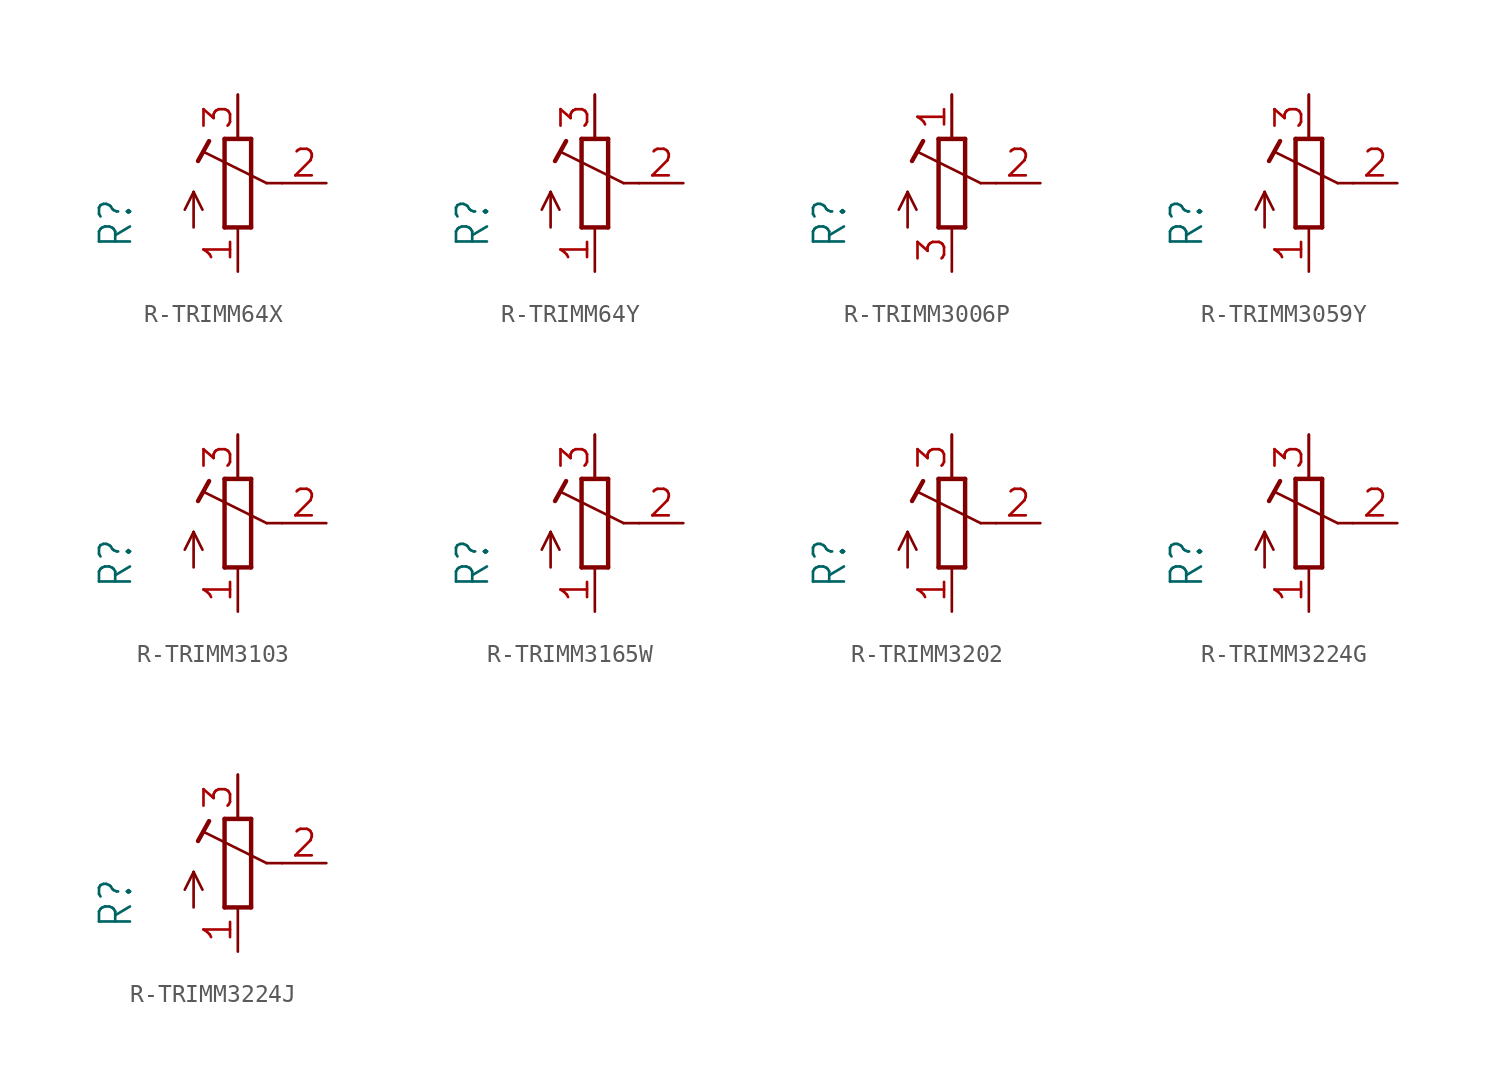
<source format=kicad_sym>
(kicad_symbol_lib
  (version 20241209)
  (generator "kicad_symbol_editor")
  (generator_version "9.0")
  (symbol "R-TRIMM64X"
    (property "Reference" "R"
      (at -5.969 -3.81 90)
      (effects (font (size 1.778 1.511)) (justify left bottom)))
    (property "Value" ""
      (at -3.81 -3.81 90)
      (effects (font (size 1.778 1.511)) (justify left bottom)))
    (property "ki_locked" ""
      (at 0 0 0)
      (effects (font (size 1.27 1.27))))
    (symbol "R-TRIMM64X_1_0"
      (polyline (pts (xy -2.54 -0.508) (xy -3.048 -1.524)) (stroke (width 0.152) (type solid)) (fill (type none)))
      (polyline (pts (xy -2.54 -0.508) (xy -2.032 -1.524)) (stroke (width 0.152) (type solid)) (fill (type none)))
      (polyline (pts (xy -2.54 -2.54) (xy -2.54 -0.508)) (stroke (width 0.152) (type solid)) (fill (type none)))
      (polyline (pts (xy -2.286 1.27) (xy -1.651 2.413)) (stroke (width 0.254) (type solid)) (fill (type none)))
      (polyline (pts (xy -0.762 2.54) (xy -0.762 -2.54)) (stroke (width 0.254) (type solid)) (fill (type none)))
      (polyline (pts (xy -0.762 -2.54) (xy 0.762 -2.54)) (stroke (width 0.254) (type solid)) (fill (type none)))
      (polyline (pts (xy 0 2.54) (xy -0.762 2.54)) (stroke (width 0.254) (type solid)) (fill (type none)))
      (polyline (pts (xy 0 2.54) (xy 0 5.08)) (stroke (width 0.152) (type solid)) (fill (type none)))
      (polyline (pts (xy 0.762 2.54) (xy 0 2.54)) (stroke (width 0.254) (type solid)) (fill (type none)))
      (polyline (pts (xy 0.762 -2.54) (xy 0.762 2.54)) (stroke (width 0.254) (type solid)) (fill (type none)))
      (polyline (pts (xy 1.651 0) (xy -1.88 1.753)) (stroke (width 0.152) (type solid)) (fill (type none)))
      (polyline (pts (xy 2.54 0) (xy 1.651 0)) (stroke (width 0.152) (type solid)) (fill (type none)))
      (pin passive line (at 0 5.08 270) (length 2.54) (name "A" (effects (font (size 0 0)))) (number "3" (effects (font (size 1.524 1.524)))))
      (pin passive line (at 0 -5.08 90) (length 2.54) (name "E" (effects (font (size 0 0)))) (number "1" (effects (font (size 1.524 1.524)))))
      (pin passive line (at 5.08 0 180) (length 2.54) (name "S" (effects (font (size 0 0)))) (number "2" (effects (font (size 1.524 1.524)))))))
  (symbol "R-TRIMM64Y"
    (property "Reference" "R"
      (at -5.969 -3.81 90)
      (effects (font (size 1.778 1.511)) (justify left bottom)))
    (property "Value" ""
      (at -3.81 -3.81 90)
      (effects (font (size 1.778 1.511)) (justify left bottom)))
    (property "ki_locked" ""
      (at 0 0 0)
      (effects (font (size 1.27 1.27))))
    (symbol "R-TRIMM64Y_1_0"
      (polyline (pts (xy -2.54 -0.508) (xy -3.048 -1.524)) (stroke (width 0.152) (type solid)) (fill (type none)))
      (polyline (pts (xy -2.54 -0.508) (xy -2.032 -1.524)) (stroke (width 0.152) (type solid)) (fill (type none)))
      (polyline (pts (xy -2.54 -2.54) (xy -2.54 -0.508)) (stroke (width 0.152) (type solid)) (fill (type none)))
      (polyline (pts (xy -2.286 1.27) (xy -1.651 2.413)) (stroke (width 0.254) (type solid)) (fill (type none)))
      (polyline (pts (xy -0.762 2.54) (xy -0.762 -2.54)) (stroke (width 0.254) (type solid)) (fill (type none)))
      (polyline (pts (xy -0.762 -2.54) (xy 0.762 -2.54)) (stroke (width 0.254) (type solid)) (fill (type none)))
      (polyline (pts (xy 0 2.54) (xy -0.762 2.54)) (stroke (width 0.254) (type solid)) (fill (type none)))
      (polyline (pts (xy 0 2.54) (xy 0 5.08)) (stroke (width 0.152) (type solid)) (fill (type none)))
      (polyline (pts (xy 0.762 2.54) (xy 0 2.54)) (stroke (width 0.254) (type solid)) (fill (type none)))
      (polyline (pts (xy 0.762 -2.54) (xy 0.762 2.54)) (stroke (width 0.254) (type solid)) (fill (type none)))
      (polyline (pts (xy 1.651 0) (xy -1.88 1.753)) (stroke (width 0.152) (type solid)) (fill (type none)))
      (polyline (pts (xy 2.54 0) (xy 1.651 0)) (stroke (width 0.152) (type solid)) (fill (type none)))
      (pin passive line (at 0 5.08 270) (length 2.54) (name "A" (effects (font (size 0 0)))) (number "3" (effects (font (size 1.524 1.524)))))
      (pin passive line (at 0 -5.08 90) (length 2.54) (name "E" (effects (font (size 0 0)))) (number "1" (effects (font (size 1.524 1.524)))))
      (pin passive line (at 5.08 0 180) (length 2.54) (name "S" (effects (font (size 0 0)))) (number "2" (effects (font (size 1.524 1.524)))))))
  (symbol "R-TRIMM3006P"
    (property "Reference" "R"
      (at -5.969 -3.81 90)
      (effects (font (size 1.778 1.511)) (justify left bottom)))
    (property "Value" ""
      (at -3.81 -3.81 90)
      (effects (font (size 1.778 1.511)) (justify left bottom)))
    (property "ki_locked" ""
      (at 0 0 0)
      (effects (font (size 1.27 1.27))))
    (symbol "R-TRIMM3006P_1_0"
      (polyline (pts (xy -2.54 -0.508) (xy -3.048 -1.524)) (stroke (width 0.152) (type solid)) (fill (type none)))
      (polyline (pts (xy -2.54 -0.508) (xy -2.032 -1.524)) (stroke (width 0.152) (type solid)) (fill (type none)))
      (polyline (pts (xy -2.54 -2.54) (xy -2.54 -0.508)) (stroke (width 0.152) (type solid)) (fill (type none)))
      (polyline (pts (xy -2.286 1.27) (xy -1.651 2.413)) (stroke (width 0.254) (type solid)) (fill (type none)))
      (polyline (pts (xy -0.762 2.54) (xy -0.762 -2.54)) (stroke (width 0.254) (type solid)) (fill (type none)))
      (polyline (pts (xy -0.762 -2.54) (xy 0.762 -2.54)) (stroke (width 0.254) (type solid)) (fill (type none)))
      (polyline (pts (xy 0 2.54) (xy -0.762 2.54)) (stroke (width 0.254) (type solid)) (fill (type none)))
      (polyline (pts (xy 0 2.54) (xy 0 5.08)) (stroke (width 0.152) (type solid)) (fill (type none)))
      (polyline (pts (xy 0.762 2.54) (xy 0 2.54)) (stroke (width 0.254) (type solid)) (fill (type none)))
      (polyline (pts (xy 0.762 -2.54) (xy 0.762 2.54)) (stroke (width 0.254) (type solid)) (fill (type none)))
      (polyline (pts (xy 1.651 0) (xy -1.88 1.753)) (stroke (width 0.152) (type solid)) (fill (type none)))
      (polyline (pts (xy 2.54 0) (xy 1.651 0)) (stroke (width 0.152) (type solid)) (fill (type none)))
      (pin passive line (at 0 5.08 270) (length 2.54) (name "A" (effects (font (size 0 0)))) (number "1" (effects (font (size 1.524 1.524)))))
      (pin passive line (at 0 -5.08 90) (length 2.54) (name "E" (effects (font (size 0 0)))) (number "3" (effects (font (size 1.524 1.524)))))
      (pin passive line (at 5.08 0 180) (length 2.54) (name "S" (effects (font (size 0 0)))) (number "2" (effects (font (size 1.524 1.524)))))))
  (symbol "R-TRIMM3059Y"
    (property "Reference" "R"
      (at -5.969 -3.81 90)
      (effects (font (size 1.778 1.511)) (justify left bottom)))
    (property "Value" ""
      (at -3.81 -3.81 90)
      (effects (font (size 1.778 1.511)) (justify left bottom)))
    (property "ki_locked" ""
      (at 0 0 0)
      (effects (font (size 1.27 1.27))))
    (symbol "R-TRIMM3059Y_1_0"
      (polyline (pts (xy -2.54 -0.508) (xy -3.048 -1.524)) (stroke (width 0.152) (type solid)) (fill (type none)))
      (polyline (pts (xy -2.54 -0.508) (xy -2.032 -1.524)) (stroke (width 0.152) (type solid)) (fill (type none)))
      (polyline (pts (xy -2.54 -2.54) (xy -2.54 -0.508)) (stroke (width 0.152) (type solid)) (fill (type none)))
      (polyline (pts (xy -2.286 1.27) (xy -1.651 2.413)) (stroke (width 0.254) (type solid)) (fill (type none)))
      (polyline (pts (xy -0.762 2.54) (xy -0.762 -2.54)) (stroke (width 0.254) (type solid)) (fill (type none)))
      (polyline (pts (xy -0.762 -2.54) (xy 0.762 -2.54)) (stroke (width 0.254) (type solid)) (fill (type none)))
      (polyline (pts (xy 0 2.54) (xy -0.762 2.54)) (stroke (width 0.254) (type solid)) (fill (type none)))
      (polyline (pts (xy 0 2.54) (xy 0 5.08)) (stroke (width 0.152) (type solid)) (fill (type none)))
      (polyline (pts (xy 0.762 2.54) (xy 0 2.54)) (stroke (width 0.254) (type solid)) (fill (type none)))
      (polyline (pts (xy 0.762 -2.54) (xy 0.762 2.54)) (stroke (width 0.254) (type solid)) (fill (type none)))
      (polyline (pts (xy 1.651 0) (xy -1.88 1.753)) (stroke (width 0.152) (type solid)) (fill (type none)))
      (polyline (pts (xy 2.54 0) (xy 1.651 0)) (stroke (width 0.152) (type solid)) (fill (type none)))
      (pin passive line (at 0 5.08 270) (length 2.54) (name "A" (effects (font (size 0 0)))) (number "3" (effects (font (size 1.524 1.524)))))
      (pin passive line (at 0 -5.08 90) (length 2.54) (name "E" (effects (font (size 0 0)))) (number "1" (effects (font (size 1.524 1.524)))))
      (pin passive line (at 5.08 0 180) (length 2.54) (name "S" (effects (font (size 0 0)))) (number "2" (effects (font (size 1.524 1.524)))))))
  (symbol "R-TRIMM3103"
    (property "Reference" "R"
      (at -5.969 -3.81 90)
      (effects (font (size 1.778 1.511)) (justify left bottom)))
    (property "Value" ""
      (at -3.81 -3.81 90)
      (effects (font (size 1.778 1.511)) (justify left bottom)))
    (property "ki_locked" ""
      (at 0 0 0)
      (effects (font (size 1.27 1.27))))
    (symbol "R-TRIMM3103_1_0"
      (polyline (pts (xy -2.54 -0.508) (xy -3.048 -1.524)) (stroke (width 0.152) (type solid)) (fill (type none)))
      (polyline (pts (xy -2.54 -0.508) (xy -2.032 -1.524)) (stroke (width 0.152) (type solid)) (fill (type none)))
      (polyline (pts (xy -2.54 -2.54) (xy -2.54 -0.508)) (stroke (width 0.152) (type solid)) (fill (type none)))
      (polyline (pts (xy -2.286 1.27) (xy -1.651 2.413)) (stroke (width 0.254) (type solid)) (fill (type none)))
      (polyline (pts (xy -0.762 2.54) (xy -0.762 -2.54)) (stroke (width 0.254) (type solid)) (fill (type none)))
      (polyline (pts (xy -0.762 -2.54) (xy 0.762 -2.54)) (stroke (width 0.254) (type solid)) (fill (type none)))
      (polyline (pts (xy 0 2.54) (xy -0.762 2.54)) (stroke (width 0.254) (type solid)) (fill (type none)))
      (polyline (pts (xy 0 2.54) (xy 0 5.08)) (stroke (width 0.152) (type solid)) (fill (type none)))
      (polyline (pts (xy 0.762 2.54) (xy 0 2.54)) (stroke (width 0.254) (type solid)) (fill (type none)))
      (polyline (pts (xy 0.762 -2.54) (xy 0.762 2.54)) (stroke (width 0.254) (type solid)) (fill (type none)))
      (polyline (pts (xy 1.651 0) (xy -1.88 1.753)) (stroke (width 0.152) (type solid)) (fill (type none)))
      (polyline (pts (xy 2.54 0) (xy 1.651 0)) (stroke (width 0.152) (type solid)) (fill (type none)))
      (pin passive line (at 0 5.08 270) (length 2.54) (name "A" (effects (font (size 0 0)))) (number "3" (effects (font (size 1.524 1.524)))))
      (pin passive line (at 0 -5.08 90) (length 2.54) (name "E" (effects (font (size 0 0)))) (number "1" (effects (font (size 1.524 1.524)))))
      (pin passive line (at 5.08 0 180) (length 2.54) (name "S" (effects (font (size 0 0)))) (number "2" (effects (font (size 1.524 1.524)))))))
  (symbol "R-TRIMM3165W"
    (property "Reference" "R"
      (at -5.969 -3.81 90)
      (effects (font (size 1.778 1.511)) (justify left bottom)))
    (property "Value" ""
      (at -3.81 -3.81 90)
      (effects (font (size 1.778 1.511)) (justify left bottom)))
    (property "ki_locked" ""
      (at 0 0 0)
      (effects (font (size 1.27 1.27))))
    (symbol "R-TRIMM3165W_1_0"
      (polyline (pts (xy -2.54 -0.508) (xy -3.048 -1.524)) (stroke (width 0.152) (type solid)) (fill (type none)))
      (polyline (pts (xy -2.54 -0.508) (xy -2.032 -1.524)) (stroke (width 0.152) (type solid)) (fill (type none)))
      (polyline (pts (xy -2.54 -2.54) (xy -2.54 -0.508)) (stroke (width 0.152) (type solid)) (fill (type none)))
      (polyline (pts (xy -2.286 1.27) (xy -1.651 2.413)) (stroke (width 0.254) (type solid)) (fill (type none)))
      (polyline (pts (xy -0.762 2.54) (xy -0.762 -2.54)) (stroke (width 0.254) (type solid)) (fill (type none)))
      (polyline (pts (xy -0.762 -2.54) (xy 0.762 -2.54)) (stroke (width 0.254) (type solid)) (fill (type none)))
      (polyline (pts (xy 0 2.54) (xy -0.762 2.54)) (stroke (width 0.254) (type solid)) (fill (type none)))
      (polyline (pts (xy 0 2.54) (xy 0 5.08)) (stroke (width 0.152) (type solid)) (fill (type none)))
      (polyline (pts (xy 0.762 2.54) (xy 0 2.54)) (stroke (width 0.254) (type solid)) (fill (type none)))
      (polyline (pts (xy 0.762 -2.54) (xy 0.762 2.54)) (stroke (width 0.254) (type solid)) (fill (type none)))
      (polyline (pts (xy 1.651 0) (xy -1.88 1.753)) (stroke (width 0.152) (type solid)) (fill (type none)))
      (polyline (pts (xy 2.54 0) (xy 1.651 0)) (stroke (width 0.152) (type solid)) (fill (type none)))
      (pin passive line (at 0 5.08 270) (length 2.54) (name "A" (effects (font (size 0 0)))) (number "3" (effects (font (size 1.524 1.524)))))
      (pin passive line (at 0 -5.08 90) (length 2.54) (name "E" (effects (font (size 0 0)))) (number "1" (effects (font (size 1.524 1.524)))))
      (pin passive line (at 5.08 0 180) (length 2.54) (name "S" (effects (font (size 0 0)))) (number "2" (effects (font (size 1.524 1.524)))))))
  (symbol "R-TRIMM3202"
    (property "Reference" "R"
      (at -5.969 -3.81 90)
      (effects (font (size 1.778 1.511)) (justify left bottom)))
    (property "Value" ""
      (at -3.81 -3.81 90)
      (effects (font (size 1.778 1.511)) (justify left bottom)))
    (property "ki_locked" ""
      (at 0 0 0)
      (effects (font (size 1.27 1.27))))
    (symbol "R-TRIMM3202_1_0"
      (polyline (pts (xy -2.54 -0.508) (xy -3.048 -1.524)) (stroke (width 0.152) (type solid)) (fill (type none)))
      (polyline (pts (xy -2.54 -0.508) (xy -2.032 -1.524)) (stroke (width 0.152) (type solid)) (fill (type none)))
      (polyline (pts (xy -2.54 -2.54) (xy -2.54 -0.508)) (stroke (width 0.152) (type solid)) (fill (type none)))
      (polyline (pts (xy -2.286 1.27) (xy -1.651 2.413)) (stroke (width 0.254) (type solid)) (fill (type none)))
      (polyline (pts (xy -0.762 2.54) (xy -0.762 -2.54)) (stroke (width 0.254) (type solid)) (fill (type none)))
      (polyline (pts (xy -0.762 -2.54) (xy 0.762 -2.54)) (stroke (width 0.254) (type solid)) (fill (type none)))
      (polyline (pts (xy 0 2.54) (xy -0.762 2.54)) (stroke (width 0.254) (type solid)) (fill (type none)))
      (polyline (pts (xy 0 2.54) (xy 0 5.08)) (stroke (width 0.152) (type solid)) (fill (type none)))
      (polyline (pts (xy 0.762 2.54) (xy 0 2.54)) (stroke (width 0.254) (type solid)) (fill (type none)))
      (polyline (pts (xy 0.762 -2.54) (xy 0.762 2.54)) (stroke (width 0.254) (type solid)) (fill (type none)))
      (polyline (pts (xy 1.651 0) (xy -1.88 1.753)) (stroke (width 0.152) (type solid)) (fill (type none)))
      (polyline (pts (xy 2.54 0) (xy 1.651 0)) (stroke (width 0.152) (type solid)) (fill (type none)))
      (pin passive line (at 0 5.08 270) (length 2.54) (name "A" (effects (font (size 0 0)))) (number "3" (effects (font (size 1.524 1.524)))))
      (pin passive line (at 0 -5.08 90) (length 2.54) (name "E" (effects (font (size 0 0)))) (number "1" (effects (font (size 1.524 1.524)))))
      (pin passive line (at 5.08 0 180) (length 2.54) (name "S" (effects (font (size 0 0)))) (number "2" (effects (font (size 1.524 1.524)))))))
  (symbol "R-TRIMM3224G"
    (property "Reference" "R"
      (at -5.969 -3.81 90)
      (effects (font (size 1.778 1.511)) (justify left bottom)))
    (property "Value" ""
      (at -3.81 -3.81 90)
      (effects (font (size 1.778 1.511)) (justify left bottom)))
    (property "ki_locked" ""
      (at 0 0 0)
      (effects (font (size 1.27 1.27))))
    (symbol "R-TRIMM3224G_1_0"
      (polyline (pts (xy -2.54 -0.508) (xy -3.048 -1.524)) (stroke (width 0.152) (type solid)) (fill (type none)))
      (polyline (pts (xy -2.54 -0.508) (xy -2.032 -1.524)) (stroke (width 0.152) (type solid)) (fill (type none)))
      (polyline (pts (xy -2.54 -2.54) (xy -2.54 -0.508)) (stroke (width 0.152) (type solid)) (fill (type none)))
      (polyline (pts (xy -2.286 1.27) (xy -1.651 2.413)) (stroke (width 0.254) (type solid)) (fill (type none)))
      (polyline (pts (xy -0.762 2.54) (xy -0.762 -2.54)) (stroke (width 0.254) (type solid)) (fill (type none)))
      (polyline (pts (xy -0.762 -2.54) (xy 0.762 -2.54)) (stroke (width 0.254) (type solid)) (fill (type none)))
      (polyline (pts (xy 0 2.54) (xy -0.762 2.54)) (stroke (width 0.254) (type solid)) (fill (type none)))
      (polyline (pts (xy 0 2.54) (xy 0 5.08)) (stroke (width 0.152) (type solid)) (fill (type none)))
      (polyline (pts (xy 0.762 2.54) (xy 0 2.54)) (stroke (width 0.254) (type solid)) (fill (type none)))
      (polyline (pts (xy 0.762 -2.54) (xy 0.762 2.54)) (stroke (width 0.254) (type solid)) (fill (type none)))
      (polyline (pts (xy 1.651 0) (xy -1.88 1.753)) (stroke (width 0.152) (type solid)) (fill (type none)))
      (polyline (pts (xy 2.54 0) (xy 1.651 0)) (stroke (width 0.152) (type solid)) (fill (type none)))
      (pin passive line (at 0 5.08 270) (length 2.54) (name "A" (effects (font (size 0 0)))) (number "3" (effects (font (size 1.524 1.524)))))
      (pin passive line (at 0 -5.08 90) (length 2.54) (name "E" (effects (font (size 0 0)))) (number "1" (effects (font (size 1.524 1.524)))))
      (pin passive line (at 5.08 0 180) (length 2.54) (name "S" (effects (font (size 0 0)))) (number "2" (effects (font (size 1.524 1.524)))))))
  (symbol "R-TRIMM3224J"
    (property "Reference" "R"
      (at -5.969 -3.81 90)
      (effects (font (size 1.778 1.511)) (justify left bottom)))
    (property "Value" ""
      (at -3.81 -3.81 90)
      (effects (font (size 1.778 1.511)) (justify left bottom)))
    (property "ki_locked" ""
      (at 0 0 0)
      (effects (font (size 1.27 1.27))))
    (symbol "R-TRIMM3224J_1_0"
      (polyline (pts (xy -2.54 -0.508) (xy -3.048 -1.524)) (stroke (width 0.152) (type solid)) (fill (type none)))
      (polyline (pts (xy -2.54 -0.508) (xy -2.032 -1.524)) (stroke (width 0.152) (type solid)) (fill (type none)))
      (polyline (pts (xy -2.54 -2.54) (xy -2.54 -0.508)) (stroke (width 0.152) (type solid)) (fill (type none)))
      (polyline (pts (xy -2.286 1.27) (xy -1.651 2.413)) (stroke (width 0.254) (type solid)) (fill (type none)))
      (polyline (pts (xy -0.762 2.54) (xy -0.762 -2.54)) (stroke (width 0.254) (type solid)) (fill (type none)))
      (polyline (pts (xy -0.762 -2.54) (xy 0.762 -2.54)) (stroke (width 0.254) (type solid)) (fill (type none)))
      (polyline (pts (xy 0 2.54) (xy -0.762 2.54)) (stroke (width 0.254) (type solid)) (fill (type none)))
      (polyline (pts (xy 0 2.54) (xy 0 5.08)) (stroke (width 0.152) (type solid)) (fill (type none)))
      (polyline (pts (xy 0.762 2.54) (xy 0 2.54)) (stroke (width 0.254) (type solid)) (fill (type none)))
      (polyline (pts (xy 0.762 -2.54) (xy 0.762 2.54)) (stroke (width 0.254) (type solid)) (fill (type none)))
      (polyline (pts (xy 1.651 0) (xy -1.88 1.753)) (stroke (width 0.152) (type solid)) (fill (type none)))
      (polyline (pts (xy 2.54 0) (xy 1.651 0)) (stroke (width 0.152) (type solid)) (fill (type none)))
      (pin passive line (at 0 5.08 270) (length 2.54) (name "A" (effects (font (size 0 0)))) (number "3" (effects (font (size 1.524 1.524)))))
      (pin passive line (at 0 -5.08 90) (length 2.54) (name "E" (effects (font (size 0 0)))) (number "1" (effects (font (size 1.524 1.524)))))
      (pin passive line (at 5.08 0 180) (length 2.54) (name "S" (effects (font (size 0 0)))) (number "2" (effects (font (size 1.524 1.524))))))))
</source>
